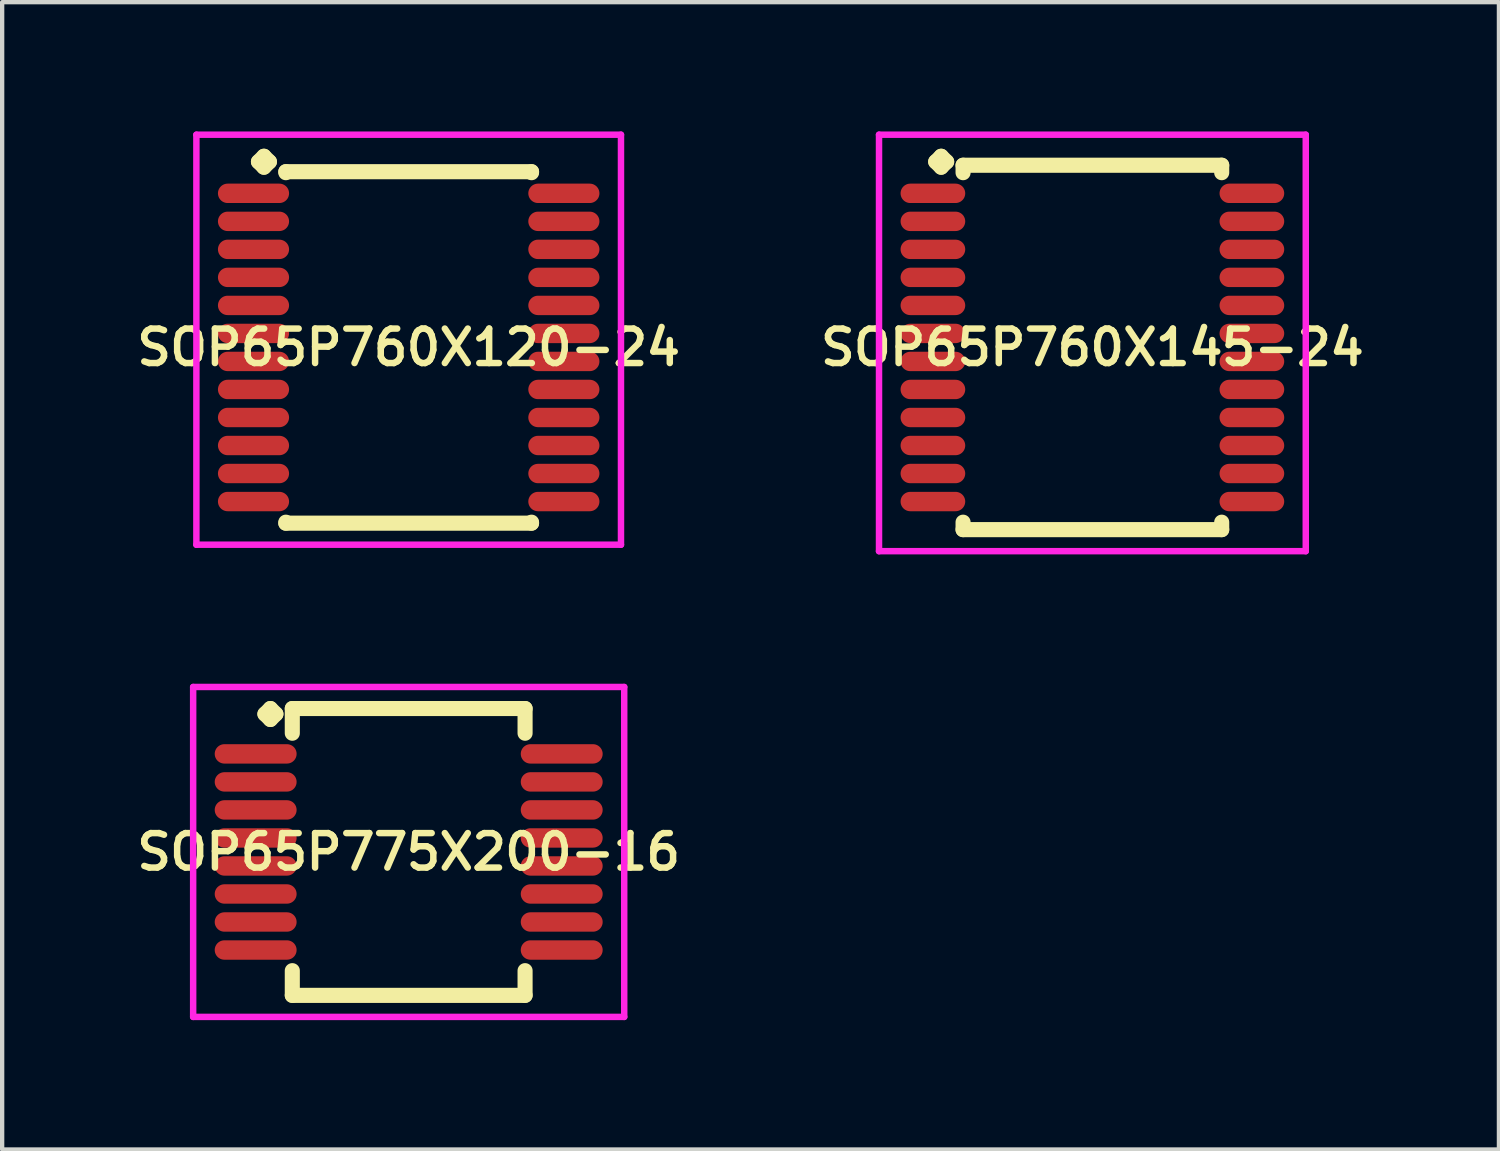
<source format=kicad_pcb>
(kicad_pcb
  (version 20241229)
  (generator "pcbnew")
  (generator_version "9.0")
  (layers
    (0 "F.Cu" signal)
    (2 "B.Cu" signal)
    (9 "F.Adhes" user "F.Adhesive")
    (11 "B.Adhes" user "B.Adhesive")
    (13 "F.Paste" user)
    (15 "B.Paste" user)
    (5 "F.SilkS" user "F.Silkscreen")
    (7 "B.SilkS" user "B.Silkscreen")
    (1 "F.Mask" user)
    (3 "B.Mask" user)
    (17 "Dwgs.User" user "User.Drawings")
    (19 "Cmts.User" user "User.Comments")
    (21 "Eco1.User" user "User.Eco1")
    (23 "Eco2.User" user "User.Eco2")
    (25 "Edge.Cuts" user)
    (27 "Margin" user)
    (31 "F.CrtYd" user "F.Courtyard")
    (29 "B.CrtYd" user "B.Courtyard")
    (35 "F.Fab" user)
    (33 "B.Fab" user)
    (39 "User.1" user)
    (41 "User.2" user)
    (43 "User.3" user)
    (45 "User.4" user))
  (footprint "SOP65P760X120-24"
    (layer "F.Cu")
    (at 6.431 5.01)
    (property "Reference" "SOP65P760X120-24" (at 0 0 0) (layer "F.SilkS") (effects (font (size 0.8 0.8) (thickness 0.15))))
    (attr smd)
    (fp_line (start -3.485 -4.308) (end -3.358 -4.435) (stroke (width 0.35) (type solid)) (layer "F.SilkS"))
    (fp_line (start -3.358 -4.435) (end -3.231 -4.308) (stroke (width 0.35) (type solid)) (layer "F.SilkS"))
    (fp_line (start -3.358 -4.181) (end -3.485 -4.308) (stroke (width 0.35) (type solid)) (layer "F.SilkS"))
    (fp_line (start -3.231 -4.308) (end -3.358 -4.181) (stroke (width 0.35) (type solid)) (layer "F.SilkS"))
    (fp_line (start -2.85 -4.077) (end 2.85 -4.077) (stroke (width 0.35) (type solid)) (layer "F.SilkS"))
    (fp_line (start -2.85 -4.054) (end -2.85 -4.077) (stroke (width 0.35) (type solid)) (layer "F.SilkS"))
    (fp_line (start -2.85 4.054) (end -2.85 4.077) (stroke (width 0.35) (type solid)) (layer "F.SilkS"))
    (fp_line (start -2.85 4.077) (end 2.85 4.077) (stroke (width 0.35) (type solid)) (layer "F.SilkS"))
    (fp_line (start 2.85 -4.077) (end 2.85 -4.054) (stroke (width 0.35) (type solid)) (layer "F.SilkS"))
    (fp_line (start 2.85 4.077) (end 2.85 4.054) (stroke (width 0.35) (type solid)) (layer "F.SilkS"))
    (fp_line (start -4.925 -4.935) (end 4.925 -4.935) (stroke (width 0.15) (type solid)) (layer "F.CrtYd"))
    (fp_line (start -4.925 4.577) (end -4.925 -4.935) (stroke (width 0.15) (type solid)) (layer "F.CrtYd"))
    (fp_line (start 4.925 -4.935) (end 4.925 4.577) (stroke (width 0.15) (type solid)) (layer "F.CrtYd"))
    (fp_line (start 4.925 4.577) (end -4.925 4.577) (stroke (width 0.15) (type solid)) (layer "F.CrtYd"))
    (pad "1" smd oval (at -3.6 -3.575) (size 1.65 0.45) (layers "F.Cu" "F.Mask" "F.Paste"))
    (pad "2" smd oval (at -3.6 -2.925) (size 1.65 0.45) (layers "F.Cu" "F.Mask" "F.Paste"))
    (pad "3" smd oval (at -3.6 -2.275) (size 1.65 0.45) (layers "F.Cu" "F.Mask" "F.Paste"))
    (pad "4" smd oval (at -3.6 -1.625) (size 1.65 0.45) (layers "F.Cu" "F.Mask" "F.Paste"))
    (pad "5" smd oval (at -3.6 -0.975) (size 1.65 0.45) (layers "F.Cu" "F.Mask" "F.Paste"))
    (pad "6" smd oval (at -3.6 -0.325) (size 1.65 0.45) (layers "F.Cu" "F.Mask" "F.Paste"))
    (pad "7" smd oval (at -3.6 0.325) (size 1.65 0.45) (layers "F.Cu" "F.Mask" "F.Paste"))
    (pad "8" smd oval (at -3.6 0.975) (size 1.65 0.45) (layers "F.Cu" "F.Mask" "F.Paste"))
    (pad "9" smd oval (at -3.6 1.625) (size 1.65 0.45) (layers "F.Cu" "F.Mask" "F.Paste"))
    (pad "10" smd oval (at -3.6 2.275) (size 1.65 0.45) (layers "F.Cu" "F.Mask" "F.Paste"))
    (pad "11" smd oval (at -3.6 2.925) (size 1.65 0.45) (layers "F.Cu" "F.Mask" "F.Paste"))
    (pad "12" smd oval (at -3.6 3.575) (size 1.65 0.45) (layers "F.Cu" "F.Mask" "F.Paste"))
    (pad "13" smd oval (at 3.6 3.575) (size 1.65 0.45) (layers "F.Cu" "F.Mask" "F.Paste"))
    (pad "14" smd oval (at 3.6 2.925) (size 1.65 0.45) (layers "F.Cu" "F.Mask" "F.Paste"))
    (pad "15" smd oval (at 3.6 2.275) (size 1.65 0.45) (layers "F.Cu" "F.Mask" "F.Paste"))
    (pad "16" smd oval (at 3.6 1.625) (size 1.65 0.45) (layers "F.Cu" "F.Mask" "F.Paste"))
    (pad "17" smd oval (at 3.6 0.975) (size 1.65 0.45) (layers "F.Cu" "F.Mask" "F.Paste"))
    (pad "18" smd oval (at 3.6 0.325) (size 1.65 0.45) (layers "F.Cu" "F.Mask" "F.Paste"))
    (pad "19" smd oval (at 3.6 -0.325) (size 1.65 0.45) (layers "F.Cu" "F.Mask" "F.Paste"))
    (pad "20" smd oval (at 3.6 -0.975) (size 1.65 0.45) (layers "F.Cu" "F.Mask" "F.Paste"))
    (pad "21" smd oval (at 3.6 -1.625) (size 1.65 0.45) (layers "F.Cu" "F.Mask" "F.Paste"))
    (pad "22" smd oval (at 3.6 -2.275) (size 1.65 0.45) (layers "F.Cu" "F.Mask" "F.Paste"))
    (pad "23" smd oval (at 3.6 -2.925) (size 1.65 0.45) (layers "F.Cu" "F.Mask" "F.Paste"))
    (pad "24" smd oval (at 3.6 -3.575) (size 1.65 0.45) (layers "F.Cu" "F.Mask" "F.Paste")))
  (footprint "SOP65P775X200-16"
    (layer "F.Cu")
    (at 6.431 16.714)
    (property "Reference" "SOP65P775X200-16" (at 0 0 0) (layer "F.SilkS") (effects (font (size 0.8 0.8) (thickness 0.15))))
    (attr smd)
    (fp_line (start -3.335 -3.2) (end -3.208 -3.327) (stroke (width 0.35) (type solid)) (layer "F.SilkS"))
    (fp_line (start -3.208 -3.327) (end -3.081 -3.2) (stroke (width 0.35) (type solid)) (layer "F.SilkS"))
    (fp_line (start -3.208 -3.073) (end -3.335 -3.2) (stroke (width 0.35) (type solid)) (layer "F.SilkS"))
    (fp_line (start -3.081 -3.2) (end -3.208 -3.073) (stroke (width 0.35) (type solid)) (layer "F.SilkS"))
    (fp_line (start -2.7 -3.327) (end 2.7 -3.327) (stroke (width 0.35) (type solid)) (layer "F.SilkS"))
    (fp_line (start -2.7 -2.754) (end -2.7 -3.327) (stroke (width 0.35) (type solid)) (layer "F.SilkS"))
    (fp_line (start -2.7 2.754) (end -2.7 3.327) (stroke (width 0.35) (type solid)) (layer "F.SilkS"))
    (fp_line (start -2.7 3.327) (end 2.7 3.327) (stroke (width 0.35) (type solid)) (layer "F.SilkS"))
    (fp_line (start 2.7 -3.327) (end 2.7 -2.754) (stroke (width 0.35) (type solid)) (layer "F.SilkS"))
    (fp_line (start 2.7 3.327) (end 2.7 2.754) (stroke (width 0.35) (type solid)) (layer "F.SilkS"))
    (fp_line (start -5 -3.827) (end 5 -3.827) (stroke (width 0.15) (type solid)) (layer "F.CrtYd"))
    (fp_line (start -5 3.827) (end -5 -3.827) (stroke (width 0.15) (type solid)) (layer "F.CrtYd"))
    (fp_line (start 5 -3.827) (end 5 3.827) (stroke (width 0.15) (type solid)) (layer "F.CrtYd"))
    (fp_line (start 5 3.827) (end -5 3.827) (stroke (width 0.15) (type solid)) (layer "F.CrtYd"))
    (pad "1" smd oval (at -3.55 -2.275) (size 1.9 0.45) (layers "F.Cu" "F.Mask" "F.Paste"))
    (pad "2" smd oval (at -3.55 -1.625) (size 1.9 0.45) (layers "F.Cu" "F.Mask" "F.Paste"))
    (pad "3" smd oval (at -3.55 -0.975) (size 1.9 0.45) (layers "F.Cu" "F.Mask" "F.Paste"))
    (pad "4" smd oval (at -3.55 -0.325) (size 1.9 0.45) (layers "F.Cu" "F.Mask" "F.Paste"))
    (pad "5" smd oval (at -3.55 0.325) (size 1.9 0.45) (layers "F.Cu" "F.Mask" "F.Paste"))
    (pad "6" smd oval (at -3.55 0.975) (size 1.9 0.45) (layers "F.Cu" "F.Mask" "F.Paste"))
    (pad "7" smd oval (at -3.55 1.625) (size 1.9 0.45) (layers "F.Cu" "F.Mask" "F.Paste"))
    (pad "8" smd oval (at -3.55 2.275) (size 1.9 0.45) (layers "F.Cu" "F.Mask" "F.Paste"))
    (pad "9" smd oval (at 3.55 2.275) (size 1.9 0.45) (layers "F.Cu" "F.Mask" "F.Paste"))
    (pad "10" smd oval (at 3.55 1.625) (size 1.9 0.45) (layers "F.Cu" "F.Mask" "F.Paste"))
    (pad "11" smd oval (at 3.55 0.975) (size 1.9 0.45) (layers "F.Cu" "F.Mask" "F.Paste"))
    (pad "12" smd oval (at 3.55 0.325) (size 1.9 0.45) (layers "F.Cu" "F.Mask" "F.Paste"))
    (pad "13" smd oval (at 3.55 -0.325) (size 1.9 0.45) (layers "F.Cu" "F.Mask" "F.Paste"))
    (pad "14" smd oval (at 3.55 -0.975) (size 1.9 0.45) (layers "F.Cu" "F.Mask" "F.Paste"))
    (pad "15" smd oval (at 3.55 -1.625) (size 1.9 0.45) (layers "F.Cu" "F.Mask" "F.Paste"))
    (pad "16" smd oval (at 3.55 -2.275) (size 1.9 0.45) (layers "F.Cu" "F.Mask" "F.Paste")))
  (footprint "SOP65P760X145-24"
    (layer "F.Cu")
    (at 22.292 5.01)
    (property "Reference" "SOP65P760X145-24" (at 0 0 0) (layer "F.SilkS") (effects (font (size 0.8 0.8) (thickness 0.15))))
    (attr smd)
    (fp_line (start -3.635 -4.308) (end -3.508 -4.435) (stroke (width 0.35) (type solid)) (layer "F.SilkS"))
    (fp_line (start -3.508 -4.435) (end -3.381 -4.308) (stroke (width 0.35) (type solid)) (layer "F.SilkS"))
    (fp_line (start -3.508 -4.181) (end -3.635 -4.308) (stroke (width 0.35) (type solid)) (layer "F.SilkS"))
    (fp_line (start -3.381 -4.308) (end -3.508 -4.181) (stroke (width 0.35) (type solid)) (layer "F.SilkS"))
    (fp_line (start -3 -4.227) (end 3 -4.227) (stroke (width 0.35) (type solid)) (layer "F.SilkS"))
    (fp_line (start -3 -4.054) (end -3 -4.227) (stroke (width 0.35) (type solid)) (layer "F.SilkS"))
    (fp_line (start -3 4.054) (end -3 4.227) (stroke (width 0.35) (type solid)) (layer "F.SilkS"))
    (fp_line (start -3 4.227) (end 3 4.227) (stroke (width 0.35) (type solid)) (layer "F.SilkS"))
    (fp_line (start 3 -4.227) (end 3 -4.054) (stroke (width 0.35) (type solid)) (layer "F.SilkS"))
    (fp_line (start 3 4.227) (end 3 4.054) (stroke (width 0.35) (type solid)) (layer "F.SilkS"))
    (fp_line (start -4.95 -4.935) (end 4.95 -4.935) (stroke (width 0.15) (type solid)) (layer "F.CrtYd"))
    (fp_line (start -4.95 4.727) (end -4.95 -4.935) (stroke (width 0.15) (type solid)) (layer "F.CrtYd"))
    (fp_line (start 4.95 -4.935) (end 4.95 4.727) (stroke (width 0.15) (type solid)) (layer "F.CrtYd"))
    (fp_line (start 4.95 4.727) (end -4.95 4.727) (stroke (width 0.15) (type solid)) (layer "F.CrtYd"))
    (pad "1" smd oval (at -3.7 -3.575) (size 1.5 0.45) (layers "F.Cu" "F.Mask" "F.Paste"))
    (pad "2" smd oval (at -3.7 -2.925) (size 1.5 0.45) (layers "F.Cu" "F.Mask" "F.Paste"))
    (pad "3" smd oval (at -3.7 -2.275) (size 1.5 0.45) (layers "F.Cu" "F.Mask" "F.Paste"))
    (pad "4" smd oval (at -3.7 -1.625) (size 1.5 0.45) (layers "F.Cu" "F.Mask" "F.Paste"))
    (pad "5" smd oval (at -3.7 -0.975) (size 1.5 0.45) (layers "F.Cu" "F.Mask" "F.Paste"))
    (pad "6" smd oval (at -3.7 -0.325) (size 1.5 0.45) (layers "F.Cu" "F.Mask" "F.Paste"))
    (pad "7" smd oval (at -3.7 0.325) (size 1.5 0.45) (layers "F.Cu" "F.Mask" "F.Paste"))
    (pad "8" smd oval (at -3.7 0.975) (size 1.5 0.45) (layers "F.Cu" "F.Mask" "F.Paste"))
    (pad "9" smd oval (at -3.7 1.625) (size 1.5 0.45) (layers "F.Cu" "F.Mask" "F.Paste"))
    (pad "10" smd oval (at -3.7 2.275) (size 1.5 0.45) (layers "F.Cu" "F.Mask" "F.Paste"))
    (pad "11" smd oval (at -3.7 2.925) (size 1.5 0.45) (layers "F.Cu" "F.Mask" "F.Paste"))
    (pad "12" smd oval (at -3.7 3.575) (size 1.5 0.45) (layers "F.Cu" "F.Mask" "F.Paste"))
    (pad "13" smd oval (at 3.7 3.575) (size 1.5 0.45) (layers "F.Cu" "F.Mask" "F.Paste"))
    (pad "14" smd oval (at 3.7 2.925) (size 1.5 0.45) (layers "F.Cu" "F.Mask" "F.Paste"))
    (pad "15" smd oval (at 3.7 2.275) (size 1.5 0.45) (layers "F.Cu" "F.Mask" "F.Paste"))
    (pad "16" smd oval (at 3.7 1.625) (size 1.5 0.45) (layers "F.Cu" "F.Mask" "F.Paste"))
    (pad "17" smd oval (at 3.7 0.975) (size 1.5 0.45) (layers "F.Cu" "F.Mask" "F.Paste"))
    (pad "18" smd oval (at 3.7 0.325) (size 1.5 0.45) (layers "F.Cu" "F.Mask" "F.Paste"))
    (pad "19" smd oval (at 3.7 -0.325) (size 1.5 0.45) (layers "F.Cu" "F.Mask" "F.Paste"))
    (pad "20" smd oval (at 3.7 -0.975) (size 1.5 0.45) (layers "F.Cu" "F.Mask" "F.Paste"))
    (pad "21" smd oval (at 3.7 -1.625) (size 1.5 0.45) (layers "F.Cu" "F.Mask" "F.Paste"))
    (pad "22" smd oval (at 3.7 -2.275) (size 1.5 0.45) (layers "F.Cu" "F.Mask" "F.Paste"))
    (pad "23" smd oval (at 3.7 -2.925) (size 1.5 0.45) (layers "F.Cu" "F.Mask" "F.Paste"))
    (pad "24" smd oval (at 3.7 -3.575) (size 1.5 0.45) (layers "F.Cu" "F.Mask" "F.Paste")))
  (gr_rect
    (start -3 -3)
    (end 31.723 23.616)
    (stroke (width 0.1) (type default))
    (fill no)
    (layer "Edge.Cuts")))
</source>
